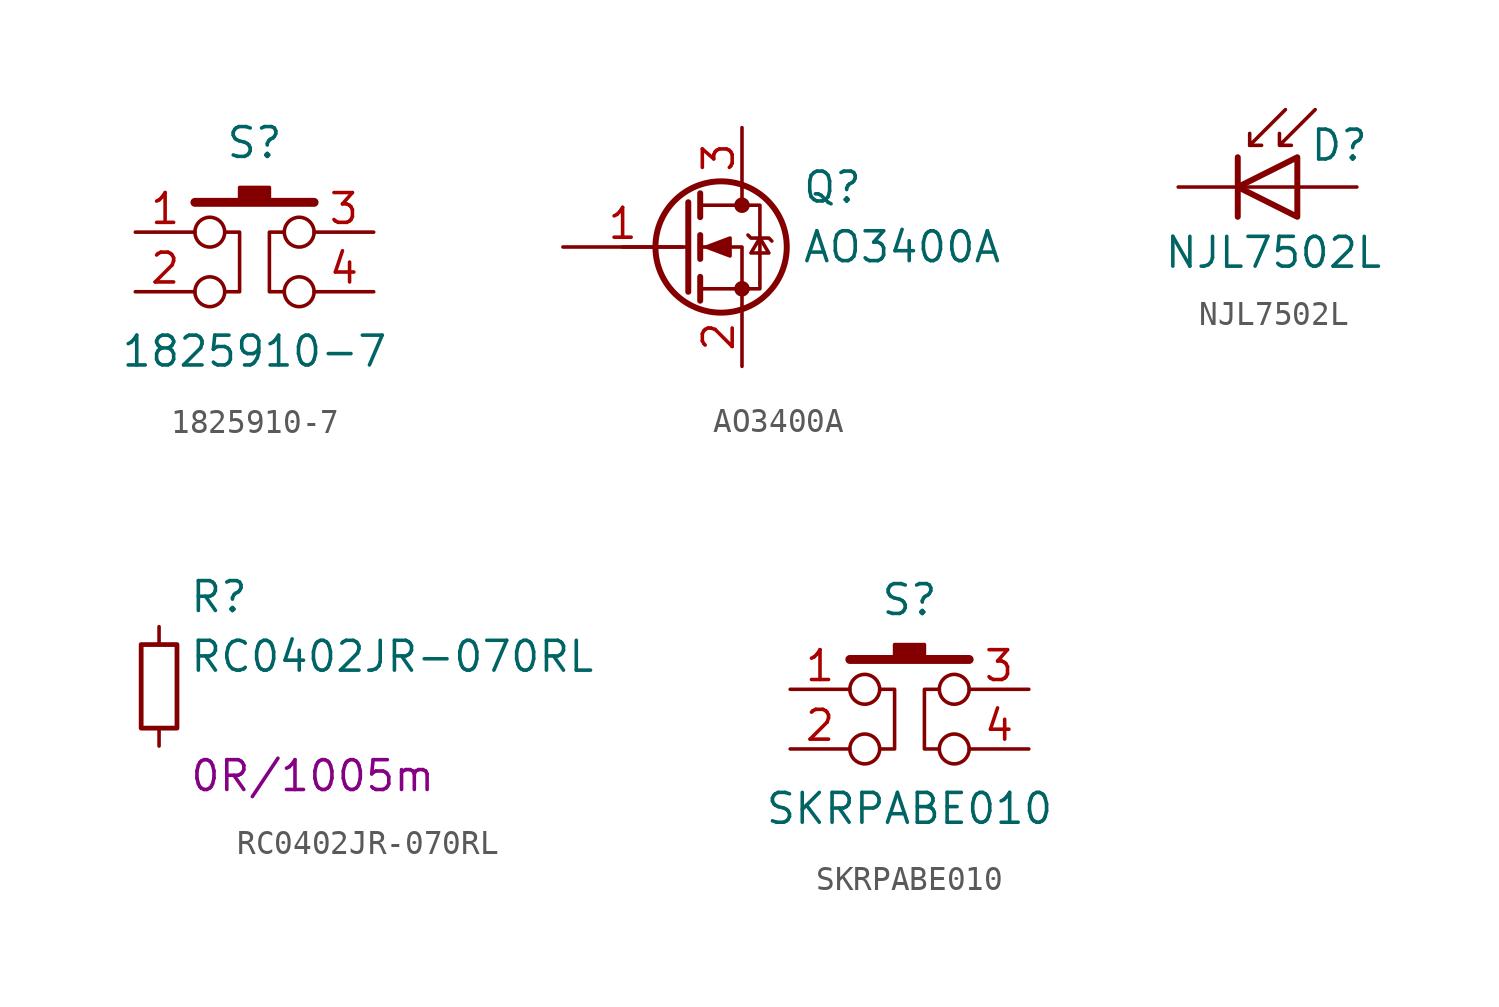
<source format=kicad_sym>
(kicad_symbol_lib
  (version 20241209)
  (generator "kicad_symbol_editor")
  (generator_version "9.0")
  (symbol "1825910-7"
    (property "Reference" "S"
      (at 0 5.08 0)
      (effects (font (size 1.27 1.27))))
    (property "Value" "1825910-7"
      (at 0 -3.81 0)
      (effects (font (size 1.27 1.27))))
    (symbol "1825910-7_0_1"
      (circle (center -1.905 1.27) (radius 0.635) (stroke (width 0) (type default)) (fill (type none)))
      (circle (center -1.905 -1.27) (radius 0.635) (stroke (width 0) (type default)) (fill (type none)))
      (polyline (pts (xy -1.27 1.27) (xy -0.635 1.27) (xy -0.635 -1.27) (xy -1.27 -1.27)) (stroke (width 0) (type default)) (fill (type none)))
      (rectangle (start -0.635 3.175) (end 0.635 2.54) (stroke (width 0) (type default)) (fill (type outline)))
      (polyline (pts (xy 1.27 -1.27) (xy 0.635 -1.27) (xy 0.635 1.27) (xy 1.27 1.27)) (stroke (width 0) (type default)) (fill (type none)))
      (circle (center 1.905 1.27) (radius 0.635) (stroke (width 0) (type default)) (fill (type none)))
      (circle (center 1.905 -1.27) (radius 0.635) (stroke (width 0) (type default)) (fill (type none)))
      (pin passive line (at -5.08 1.27 0) (length 2.54) (name "" (effects (font (size 1.27 1.27)))) (number "1" (effects (font (size 1.27 1.27)))))
      (pin passive line (at -5.08 -1.27 0) (length 2.54) (name "" (effects (font (size 1.27 1.27)))) (number "2" (effects (font (size 1.27 1.27)))))
      (pin passive line (at 5.08 1.27 180) (length 2.54) (name "" (effects (font (size 1.27 1.27)))) (number "3" (effects (font (size 1.27 1.27)))))
      (pin passive line (at 5.08 -1.27 180) (length 2.54) (name "" (effects (font (size 1.27 1.27)))) (number "4" (effects (font (size 1.27 1.27))))))
    (symbol "1825910-7_1_0"
      (polyline (pts (xy 2.54 2.54) (xy -2.54 2.54)) (stroke (width 0.381) (type default)) (fill (type none)))))
  (symbol "AO3400A"
    (pin_names
      (offset 0)
      (hide yes))
    (property "Reference" "Q"
      (at 5.08 2.54 0)
      (effects (font (size 1.27 1.27)) (justify left)))
    (property "Value" "AO3400A"
      (at 5.08 0 0)
      (effects (font (size 1.27 1.27)) (justify left)))
    (symbol "AO3400A_0_1"
      (polyline (pts (xy 0.254 1.905) (xy 0.254 -1.905)) (stroke (width 0.254) (type default)) (fill (type none)))
      (polyline (pts (xy 0.254 0) (xy -2.54 0)) (stroke (width 0) (type default)) (fill (type none)))
      (polyline (pts (xy 0.762 2.286) (xy 0.762 1.27)) (stroke (width 0.254) (type default)) (fill (type none)))
      (polyline (pts (xy 0.762 0.508) (xy 0.762 -0.508)) (stroke (width 0.254) (type default)) (fill (type none)))
      (polyline (pts (xy 0.762 -1.27) (xy 0.762 -2.286)) (stroke (width 0.254) (type default)) (fill (type none)))
      (polyline (pts (xy 0.762 -1.778) (xy 3.302 -1.778) (xy 3.302 1.778) (xy 0.762 1.778)) (stroke (width 0) (type default)) (fill (type none)))
      (polyline (pts (xy 1.016 0) (xy 2.032 0.381) (xy 2.032 -0.381) (xy 1.016 0)) (stroke (width 0) (type default)) (fill (type outline)))
      (circle (center 1.651 0) (radius 2.794) (stroke (width 0.254) (type default)) (fill (type none)))
      (polyline (pts (xy 2.54 2.54) (xy 2.54 1.778)) (stroke (width 0) (type default)) (fill (type none)))
      (circle (center 2.54 1.778) (radius 0.254) (stroke (width 0) (type default)) (fill (type outline)))
      (circle (center 2.54 -1.778) (radius 0.254) (stroke (width 0) (type default)) (fill (type outline)))
      (polyline (pts (xy 2.54 -2.54) (xy 2.54 0) (xy 0.762 0)) (stroke (width 0) (type default)) (fill (type none)))
      (polyline (pts (xy 2.794 0.508) (xy 2.921 0.381) (xy 3.683 0.381) (xy 3.81 0.254)) (stroke (width 0) (type default)) (fill (type none)))
      (polyline (pts (xy 3.302 0.381) (xy 2.921 -0.254) (xy 3.683 -0.254) (xy 3.302 0.381)) (stroke (width 0) (type default)) (fill (type none))))
    (symbol "AO3400A_1_1"
      (pin input line (at -5.08 0 0) (length 5.08) (name "G" (effects (font (size 1.27 1.27)))) (number "1" (effects (font (size 1.27 1.27)))))
      (pin passive line (at 2.54 5.08 270) (length 2.54) (name "D" (effects (font (size 1.27 1.27)))) (number "3" (effects (font (size 1.27 1.27)))))
      (pin passive line (at 2.54 -5.08 90) (length 2.54) (name "S" (effects (font (size 1.27 1.27)))) (number "2" (effects (font (size 1.27 1.27)))))))
  (symbol "NJL7502L"
    (pin_numbers
      (hide yes))
    (pin_names
      (hide yes))
    (property "Reference" "D"
      (at 1.778 1.778 0)
      (effects (font (size 1.27 1.27)) (justify left)))
    (property "Value" "NJL7502L"
      (at 0.254 -2.794 0)
      (effects (font (size 1.27 1.27))))
    (symbol "NJL7502L_0_1"
      (polyline (pts (xy -1.27 1.27) (xy -1.27 -1.27)) (stroke (width 0.254) (type default)) (fill (type none)))
      (polyline (pts (xy -0.762 1.778) (xy -0.254 1.778)) (stroke (width 0) (type default)) (fill (type none)))
      (polyline (pts (xy 0.762 3.302) (xy -0.762 1.778) (xy -0.762 2.286)) (stroke (width 0) (type default)) (fill (type none)))
      (polyline (pts (xy 1.27 0) (xy -1.27 0)) (stroke (width 0) (type default)) (fill (type none)))
      (polyline (pts (xy 1.27 -1.27) (xy 1.27 1.27) (xy -1.27 0) (xy 1.27 -1.27)) (stroke (width 0.254) (type default)) (fill (type none)))
      (polyline (pts (xy 2.032 3.302) (xy 0.508 1.778) (xy 0.508 2.286) (xy 0.508 1.778) (xy 1.016 1.778)) (stroke (width 0) (type default)) (fill (type none))))
    (symbol "NJL7502L_1_1"
      (pin passive line (at -3.81 0 0) (length 2.54) (name "K" (effects (font (size 1.27 1.27)))) (number "1" (effects (font (size 1.27 1.27)))))
      (pin passive line (at 3.81 0 180) (length 2.54) (name "A" (effects (font (size 1.27 1.27)))) (number "2" (effects (font (size 1.27 1.27)))))))
  (symbol "RC0402JR-070RL"
    (pin_numbers
      (hide yes))
    (pin_names
      (offset 0.254)
      (hide yes))
    (property "Reference" "R"
      (at 1.27 3.81 0)
      (effects (font (size 1.27 1.27)) (justify left)))
    (property "Value" "RC0402JR-070RL"
      (at 1.27 1.27 0)
      (effects (font (size 1.27 1.27)) (justify left)))
    (property "Param" "0R/1005m"
      (at 1.27 -3.81 0)
      (effects (font (size 1.27 1.27)) (justify left)))
    (symbol "RC0402JR-070RL_0_1"
      (rectangle (start -0.762 1.778) (end 0.762 -1.778) (stroke (width 0.203) (type default)) (fill (type none))))
    (symbol "RC0402JR-070RL_1_1"
      (pin passive line (at 0 2.54 270) (length 0.762) (name "~" (effects (font (size 1.27 1.27)))) (number "1" (effects (font (size 1.27 1.27)))))
      (pin passive line (at 0 -2.54 90) (length 0.762) (name "~" (effects (font (size 1.27 1.27)))) (number "2" (effects (font (size 1.27 1.27)))))))
  (symbol "SKRPABE010"
    (property "Reference" "S"
      (at 0 5.08 0)
      (effects (font (size 1.27 1.27))))
    (property "Value" "SKRPABE010"
      (at 0 -3.81 0)
      (effects (font (size 1.27 1.27))))
    (symbol "SKRPABE010_0_1"
      (circle (center -1.905 1.27) (radius 0.635) (stroke (width 0) (type default)) (fill (type none)))
      (circle (center -1.905 -1.27) (radius 0.635) (stroke (width 0) (type default)) (fill (type none)))
      (polyline (pts (xy -1.27 1.27) (xy -0.635 1.27) (xy -0.635 -1.27) (xy -1.27 -1.27)) (stroke (width 0) (type default)) (fill (type none)))
      (rectangle (start -0.635 3.175) (end 0.635 2.54) (stroke (width 0) (type default)) (fill (type outline)))
      (polyline (pts (xy 1.27 -1.27) (xy 0.635 -1.27) (xy 0.635 1.27) (xy 1.27 1.27)) (stroke (width 0) (type default)) (fill (type none)))
      (circle (center 1.905 1.27) (radius 0.635) (stroke (width 0) (type default)) (fill (type none)))
      (circle (center 1.905 -1.27) (radius 0.635) (stroke (width 0) (type default)) (fill (type none)))
      (pin passive line (at -5.08 1.27 0) (length 2.54) (name "" (effects (font (size 1.27 1.27)))) (number "1" (effects (font (size 1.27 1.27)))))
      (pin passive line (at -5.08 -1.27 0) (length 2.54) (name "" (effects (font (size 1.27 1.27)))) (number "2" (effects (font (size 1.27 1.27)))))
      (pin passive line (at 5.08 1.27 180) (length 2.54) (name "" (effects (font (size 1.27 1.27)))) (number "3" (effects (font (size 1.27 1.27)))))
      (pin passive line (at 5.08 -1.27 180) (length 2.54) (name "" (effects (font (size 1.27 1.27)))) (number "4" (effects (font (size 1.27 1.27))))))
    (symbol "SKRPABE010_1_0"
      (polyline (pts (xy 2.54 2.54) (xy -2.54 2.54)) (stroke (width 0.381) (type default)) (fill (type none))))))
</source>
